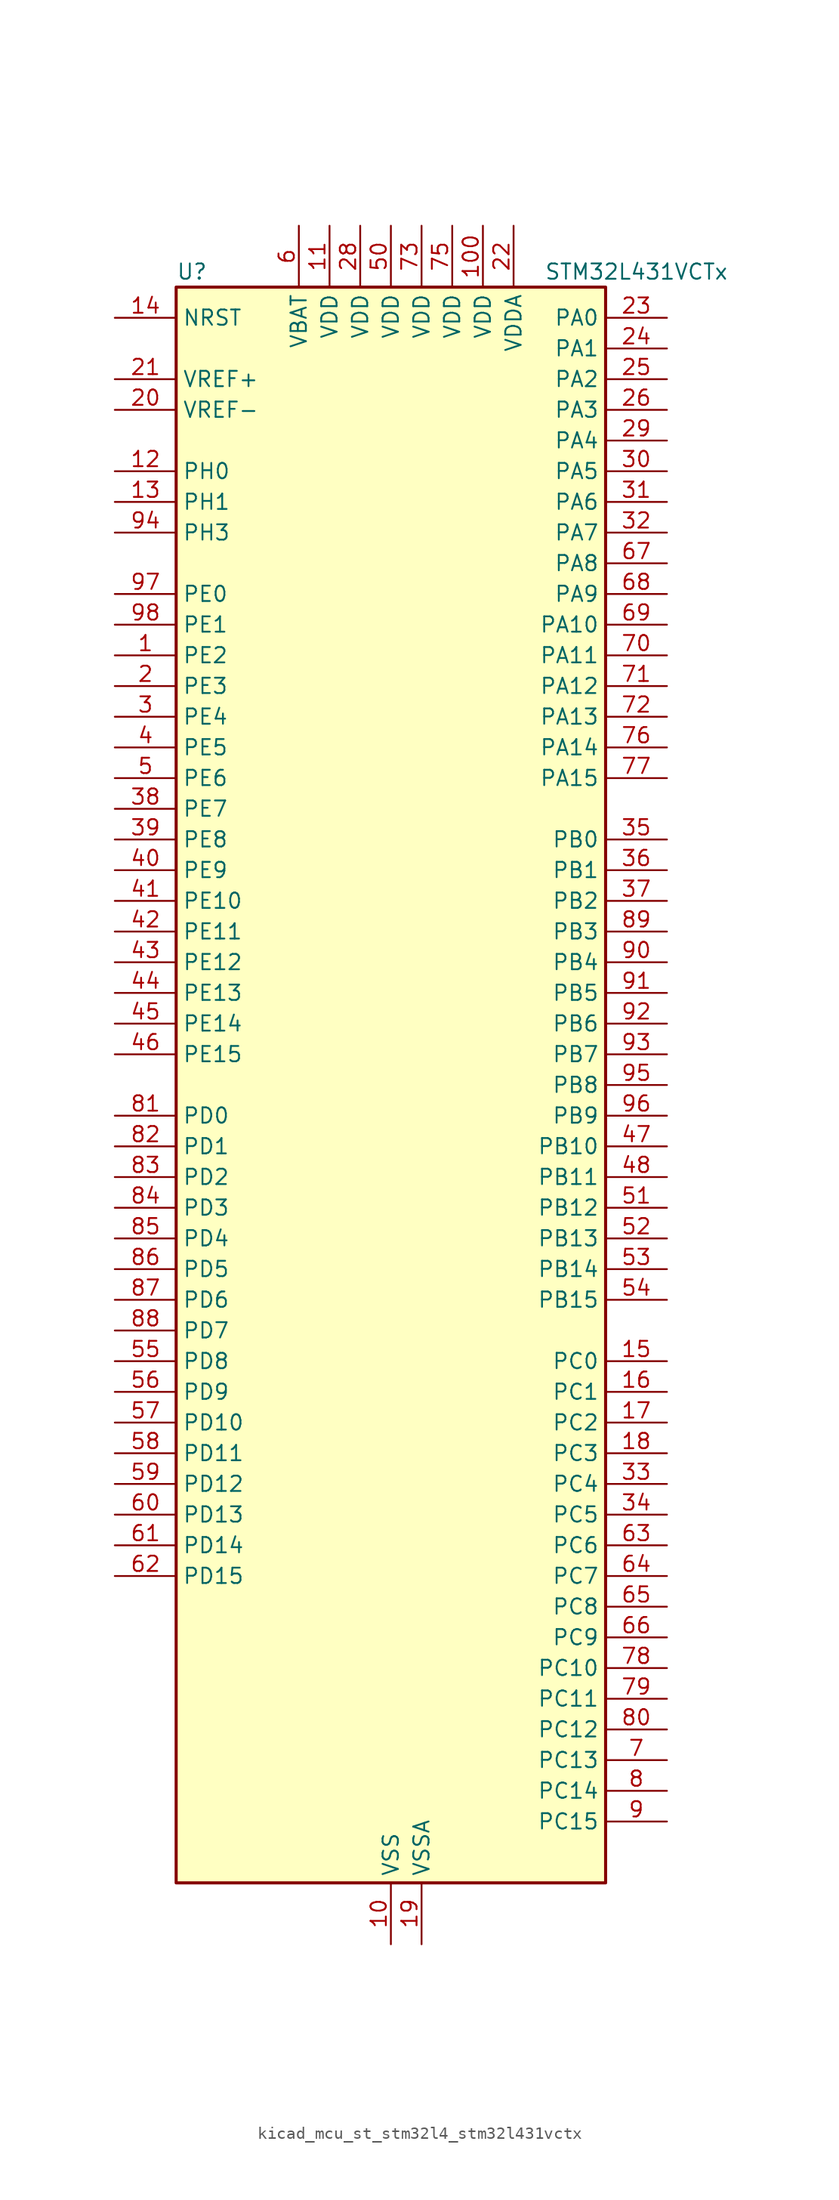
<source format=kicad_sym>
(kicad_symbol_lib
  (version 20220914)
  (generator kicad_symbol_editor)
  (symbol "kicad_mcu_st_stm32l4_stm32l431vctx"
    (property "Reference" "U"
      (at -17.78 67.31 0)
      (effects (font (size 1.27 1.27)) (justify left)))
    (property "Value" "STM32L431VCTx"
      (at 12.7 67.31 0)
      (effects (font (size 1.27 1.27)) (justify left)))
    (property "ki_locked" ""
      (at 0 0 0)
      (effects (font (size 1.27 1.27))))
    (symbol "kicad_mcu_st_stm32l4_stm32l431vctx_0_1"
      (rectangle (start -17.78 -66.04) (end 17.78 66.04) (stroke (width 0.254) (type default)) (fill (type background))))
    (symbol "kicad_mcu_st_stm32l4_stm32l431vctx_1_1"
      (pin bidirectional line (at -22.86 35.56 0) (length 5.08) (name "PE2" (effects (font (size 1.27 1.27)))) (number "1" (effects (font (size 1.27 1.27)))) (alternate "SAI1_MCLK_A" bidirectional line) (alternate "SYS_TRACECLK" bidirectional line) (alternate "TSC_G7_IO1" bidirectional line))
      (pin power_in line (at 0 -71.12 90) (length 5.08) (name "VSS" (effects (font (size 1.27 1.27)))) (number "10" (effects (font (size 1.27 1.27)))))
      (pin power_in line (at 7.62 71.12 270) (length 5.08) (name "VDD" (effects (font (size 1.27 1.27)))) (number "100" (effects (font (size 1.27 1.27)))))
      (pin power_in line (at -5.08 71.12 270) (length 5.08) (name "VDD" (effects (font (size 1.27 1.27)))) (number "11" (effects (font (size 1.27 1.27)))))
      (pin bidirectional line (at -22.86 50.8 0) (length 5.08) (name "PH0" (effects (font (size 1.27 1.27)))) (number "12" (effects (font (size 1.27 1.27)))) (alternate "RCC_OSC_IN" bidirectional line))
      (pin bidirectional line (at -22.86 48.26 0) (length 5.08) (name "PH1" (effects (font (size 1.27 1.27)))) (number "13" (effects (font (size 1.27 1.27)))) (alternate "RCC_OSC_OUT" bidirectional line))
      (pin input line (at -22.86 63.5 0) (length 5.08) (name "NRST" (effects (font (size 1.27 1.27)))) (number "14" (effects (font (size 1.27 1.27)))))
      (pin bidirectional line (at 22.86 -22.86 180) (length 5.08) (name "PC0" (effects (font (size 1.27 1.27)))) (number "15" (effects (font (size 1.27 1.27)))) (alternate "ADC1_IN1" bidirectional line) (alternate "I2C3_SCL" bidirectional line) (alternate "LPTIM1_IN1" bidirectional line) (alternate "LPTIM2_IN1" bidirectional line) (alternate "LPUART1_RX" bidirectional line))
      (pin bidirectional line (at 22.86 -25.4 180) (length 5.08) (name "PC1" (effects (font (size 1.27 1.27)))) (number "16" (effects (font (size 1.27 1.27)))) (alternate "ADC1_IN2" bidirectional line) (alternate "I2C3_SDA" bidirectional line) (alternate "LPTIM1_OUT" bidirectional line) (alternate "LPUART1_TX" bidirectional line))
      (pin bidirectional line (at 22.86 -27.94 180) (length 5.08) (name "PC2" (effects (font (size 1.27 1.27)))) (number "17" (effects (font (size 1.27 1.27)))) (alternate "ADC1_IN3" bidirectional line) (alternate "LPTIM1_IN2" bidirectional line) (alternate "SPI2_MISO" bidirectional line))
      (pin bidirectional line (at 22.86 -30.48 180) (length 5.08) (name "PC3" (effects (font (size 1.27 1.27)))) (number "18" (effects (font (size 1.27 1.27)))) (alternate "ADC1_IN4" bidirectional line) (alternate "LPTIM1_ETR" bidirectional line) (alternate "LPTIM2_ETR" bidirectional line) (alternate "SAI1_SD_A" bidirectional line) (alternate "SPI2_MOSI" bidirectional line))
      (pin power_in line (at 2.54 -71.12 90) (length 5.08) (name "VSSA" (effects (font (size 1.27 1.27)))) (number "19" (effects (font (size 1.27 1.27)))))
      (pin bidirectional line (at -22.86 33.02 0) (length 5.08) (name "PE3" (effects (font (size 1.27 1.27)))) (number "2" (effects (font (size 1.27 1.27)))) (alternate "SAI1_SD_B" bidirectional line) (alternate "SYS_TRACED0" bidirectional line) (alternate "TSC_G7_IO2" bidirectional line))
      (pin input line (at -22.86 55.88 0) (length 5.08) (name "VREF-" (effects (font (size 1.27 1.27)))) (number "20" (effects (font (size 1.27 1.27)))))
      (pin input line (at -22.86 58.42 0) (length 5.08) (name "VREF+" (effects (font (size 1.27 1.27)))) (number "21" (effects (font (size 1.27 1.27)))) (alternate "VREFBUF_OUT" bidirectional line))
      (pin power_in line (at 10.16 71.12 270) (length 5.08) (name "VDDA" (effects (font (size 1.27 1.27)))) (number "22" (effects (font (size 1.27 1.27)))))
      (pin bidirectional line (at 22.86 63.5 180) (length 5.08) (name "PA0" (effects (font (size 1.27 1.27)))) (number "23" (effects (font (size 1.27 1.27)))) (alternate "ADC1_IN5" bidirectional line) (alternate "COMP1_INM" bidirectional line) (alternate "COMP1_OUT" bidirectional line) (alternate "OPAMP1_VINP" bidirectional line) (alternate "RTC_TAMP2" bidirectional line) (alternate "SAI1_EXTCLK" bidirectional line) (alternate "SYS_WKUP1" bidirectional line) (alternate "TIM2_CH1" bidirectional line) (alternate "TIM2_ETR" bidirectional line) (alternate "USART2_CTS" bidirectional line))
      (pin bidirectional line (at 22.86 60.96 180) (length 5.08) (name "PA1" (effects (font (size 1.27 1.27)))) (number "24" (effects (font (size 1.27 1.27)))) (alternate "ADC1_IN6" bidirectional line) (alternate "COMP1_INP" bidirectional line) (alternate "I2C1_SMBA" bidirectional line) (alternate "OPAMP1_VINM" bidirectional line) (alternate "SPI1_SCK" bidirectional line) (alternate "TIM15_CH1N" bidirectional line) (alternate "TIM2_CH2" bidirectional line) (alternate "USART2_DE" bidirectional line) (alternate "USART2_RTS" bidirectional line))
      (pin bidirectional line (at 22.86 58.42 180) (length 5.08) (name "PA2" (effects (font (size 1.27 1.27)))) (number "25" (effects (font (size 1.27 1.27)))) (alternate "ADC1_IN7" bidirectional line) (alternate "COMP2_INM" bidirectional line) (alternate "COMP2_OUT" bidirectional line) (alternate "LPUART1_TX" bidirectional line) (alternate "QUADSPI_BK1_NCS" bidirectional line) (alternate "RCC_LSCO" bidirectional line) (alternate "SYS_WKUP4" bidirectional line) (alternate "TIM15_CH1" bidirectional line) (alternate "TIM2_CH3" bidirectional line) (alternate "USART2_TX" bidirectional line))
      (pin bidirectional line (at 22.86 55.88 180) (length 5.08) (name "PA3" (effects (font (size 1.27 1.27)))) (number "26" (effects (font (size 1.27 1.27)))) (alternate "ADC1_IN8" bidirectional line) (alternate "COMP2_INP" bidirectional line) (alternate "LPUART1_RX" bidirectional line) (alternate "OPAMP1_VOUT" bidirectional line) (alternate "QUADSPI_CLK" bidirectional line) (alternate "SAI1_MCLK_A" bidirectional line) (alternate "TIM15_CH2" bidirectional line) (alternate "TIM2_CH4" bidirectional line) (alternate "USART2_RX" bidirectional line))
      (pin passive line (at 0 -71.12 90) (length 5.08) hide (name "VSS" (effects (font (size 1.27 1.27)))) (number "27" (effects (font (size 1.27 1.27)))))
      (pin power_in line (at -2.54 71.12 270) (length 5.08) (name "VDD" (effects (font (size 1.27 1.27)))) (number "28" (effects (font (size 1.27 1.27)))))
      (pin bidirectional line (at 22.86 53.34 180) (length 5.08) (name "PA4" (effects (font (size 1.27 1.27)))) (number "29" (effects (font (size 1.27 1.27)))) (alternate "ADC1_IN9" bidirectional line) (alternate "COMP1_INM" bidirectional line) (alternate "COMP2_INM" bidirectional line) (alternate "DAC1_OUT1" bidirectional line) (alternate "LPTIM2_OUT" bidirectional line) (alternate "SAI1_FS_B" bidirectional line) (alternate "SPI1_NSS" bidirectional line) (alternate "SPI3_NSS" bidirectional line) (alternate "USART2_CK" bidirectional line))
      (pin bidirectional line (at -22.86 30.48 0) (length 5.08) (name "PE4" (effects (font (size 1.27 1.27)))) (number "3" (effects (font (size 1.27 1.27)))) (alternate "SAI1_FS_A" bidirectional line) (alternate "SYS_TRACED1" bidirectional line) (alternate "TSC_G7_IO3" bidirectional line))
      (pin bidirectional line (at 22.86 50.8 180) (length 5.08) (name "PA5" (effects (font (size 1.27 1.27)))) (number "30" (effects (font (size 1.27 1.27)))) (alternate "ADC1_IN10" bidirectional line) (alternate "COMP1_INM" bidirectional line) (alternate "COMP2_INM" bidirectional line) (alternate "DAC1_OUT2" bidirectional line) (alternate "LPTIM2_ETR" bidirectional line) (alternate "SPI1_SCK" bidirectional line) (alternate "TIM2_CH1" bidirectional line) (alternate "TIM2_ETR" bidirectional line))
      (pin bidirectional line (at 22.86 48.26 180) (length 5.08) (name "PA6" (effects (font (size 1.27 1.27)))) (number "31" (effects (font (size 1.27 1.27)))) (alternate "ADC1_IN11" bidirectional line) (alternate "COMP1_OUT" bidirectional line) (alternate "LPUART1_CTS" bidirectional line) (alternate "QUADSPI_BK1_IO3" bidirectional line) (alternate "SPI1_MISO" bidirectional line) (alternate "TIM16_CH1" bidirectional line) (alternate "TIM1_BKIN" bidirectional line) (alternate "TIM1_BKIN_COMP2" bidirectional line) (alternate "USART3_CTS" bidirectional line))
      (pin bidirectional line (at 22.86 45.72 180) (length 5.08) (name "PA7" (effects (font (size 1.27 1.27)))) (number "32" (effects (font (size 1.27 1.27)))) (alternate "ADC1_IN12" bidirectional line) (alternate "COMP2_OUT" bidirectional line) (alternate "I2C3_SCL" bidirectional line) (alternate "QUADSPI_BK1_IO2" bidirectional line) (alternate "SPI1_MOSI" bidirectional line) (alternate "TIM1_CH1N" bidirectional line))
      (pin bidirectional line (at 22.86 -33.02 180) (length 5.08) (name "PC4" (effects (font (size 1.27 1.27)))) (number "33" (effects (font (size 1.27 1.27)))) (alternate "ADC1_IN13" bidirectional line) (alternate "COMP1_INM" bidirectional line) (alternate "USART3_TX" bidirectional line))
      (pin bidirectional line (at 22.86 -35.56 180) (length 5.08) (name "PC5" (effects (font (size 1.27 1.27)))) (number "34" (effects (font (size 1.27 1.27)))) (alternate "ADC1_IN14" bidirectional line) (alternate "COMP1_INP" bidirectional line) (alternate "SYS_WKUP5" bidirectional line) (alternate "USART3_RX" bidirectional line))
      (pin bidirectional line (at 22.86 20.32 180) (length 5.08) (name "PB0" (effects (font (size 1.27 1.27)))) (number "35" (effects (font (size 1.27 1.27)))) (alternate "ADC1_IN15" bidirectional line) (alternate "COMP1_OUT" bidirectional line) (alternate "QUADSPI_BK1_IO1" bidirectional line) (alternate "SAI1_EXTCLK" bidirectional line) (alternate "SPI1_NSS" bidirectional line) (alternate "TIM1_CH2N" bidirectional line) (alternate "USART3_CK" bidirectional line))
      (pin bidirectional line (at 22.86 17.78 180) (length 5.08) (name "PB1" (effects (font (size 1.27 1.27)))) (number "36" (effects (font (size 1.27 1.27)))) (alternate "ADC1_IN16" bidirectional line) (alternate "COMP1_INM" bidirectional line) (alternate "LPTIM2_IN1" bidirectional line) (alternate "LPUART1_DE" bidirectional line) (alternate "LPUART1_RTS" bidirectional line) (alternate "QUADSPI_BK1_IO0" bidirectional line) (alternate "TIM1_CH3N" bidirectional line) (alternate "USART3_DE" bidirectional line) (alternate "USART3_RTS" bidirectional line))
      (pin bidirectional line (at 22.86 15.24 180) (length 5.08) (name "PB2" (effects (font (size 1.27 1.27)))) (number "37" (effects (font (size 1.27 1.27)))) (alternate "COMP1_INP" bidirectional line) (alternate "I2C3_SMBA" bidirectional line) (alternate "LPTIM1_OUT" bidirectional line) (alternate "RTC_OUT_ALARM" bidirectional line) (alternate "RTC_OUT_CALIB" bidirectional line))
      (pin bidirectional line (at -22.86 22.86 0) (length 5.08) (name "PE7" (effects (font (size 1.27 1.27)))) (number "38" (effects (font (size 1.27 1.27)))) (alternate "SAI1_SD_B" bidirectional line) (alternate "TIM1_ETR" bidirectional line))
      (pin bidirectional line (at -22.86 20.32 0) (length 5.08) (name "PE8" (effects (font (size 1.27 1.27)))) (number "39" (effects (font (size 1.27 1.27)))) (alternate "SAI1_SCK_B" bidirectional line) (alternate "TIM1_CH1N" bidirectional line))
      (pin bidirectional line (at -22.86 27.94 0) (length 5.08) (name "PE5" (effects (font (size 1.27 1.27)))) (number "4" (effects (font (size 1.27 1.27)))) (alternate "SAI1_SCK_A" bidirectional line) (alternate "SYS_TRACED2" bidirectional line) (alternate "TSC_G7_IO4" bidirectional line))
      (pin bidirectional line (at -22.86 17.78 0) (length 5.08) (name "PE9" (effects (font (size 1.27 1.27)))) (number "40" (effects (font (size 1.27 1.27)))) (alternate "DAC1_EXTI9" bidirectional line) (alternate "SAI1_FS_B" bidirectional line) (alternate "TIM1_CH1" bidirectional line))
      (pin bidirectional line (at -22.86 15.24 0) (length 5.08) (name "PE10" (effects (font (size 1.27 1.27)))) (number "41" (effects (font (size 1.27 1.27)))) (alternate "QUADSPI_CLK" bidirectional line) (alternate "SAI1_MCLK_B" bidirectional line) (alternate "TIM1_CH2N" bidirectional line) (alternate "TSC_G5_IO1" bidirectional line))
      (pin bidirectional line (at -22.86 12.7 0) (length 5.08) (name "PE11" (effects (font (size 1.27 1.27)))) (number "42" (effects (font (size 1.27 1.27)))) (alternate "ADC1_EXTI11" bidirectional line) (alternate "QUADSPI_BK1_NCS" bidirectional line) (alternate "TIM1_CH2" bidirectional line) (alternate "TSC_G5_IO2" bidirectional line))
      (pin bidirectional line (at -22.86 10.16 0) (length 5.08) (name "PE12" (effects (font (size 1.27 1.27)))) (number "43" (effects (font (size 1.27 1.27)))) (alternate "QUADSPI_BK1_IO0" bidirectional line) (alternate "SPI1_NSS" bidirectional line) (alternate "TIM1_CH3N" bidirectional line) (alternate "TSC_G5_IO3" bidirectional line))
      (pin bidirectional line (at -22.86 7.62 0) (length 5.08) (name "PE13" (effects (font (size 1.27 1.27)))) (number "44" (effects (font (size 1.27 1.27)))) (alternate "QUADSPI_BK1_IO1" bidirectional line) (alternate "SPI1_SCK" bidirectional line) (alternate "TIM1_CH3" bidirectional line) (alternate "TSC_G5_IO4" bidirectional line))
      (pin bidirectional line (at -22.86 5.08 0) (length 5.08) (name "PE14" (effects (font (size 1.27 1.27)))) (number "45" (effects (font (size 1.27 1.27)))) (alternate "QUADSPI_BK1_IO2" bidirectional line) (alternate "SPI1_MISO" bidirectional line) (alternate "TIM1_BKIN2" bidirectional line) (alternate "TIM1_BKIN2_COMP2" bidirectional line) (alternate "TIM1_CH4" bidirectional line))
      (pin bidirectional line (at -22.86 2.54 0) (length 5.08) (name "PE15" (effects (font (size 1.27 1.27)))) (number "46" (effects (font (size 1.27 1.27)))) (alternate "ADC1_EXTI15" bidirectional line) (alternate "QUADSPI_BK1_IO3" bidirectional line) (alternate "SPI1_MOSI" bidirectional line) (alternate "TIM1_BKIN" bidirectional line) (alternate "TIM1_BKIN_COMP1" bidirectional line))
      (pin bidirectional line (at 22.86 -5.08 180) (length 5.08) (name "PB10" (effects (font (size 1.27 1.27)))) (number "47" (effects (font (size 1.27 1.27)))) (alternate "COMP1_OUT" bidirectional line) (alternate "I2C2_SCL" bidirectional line) (alternate "LPUART1_RX" bidirectional line) (alternate "QUADSPI_CLK" bidirectional line) (alternate "SAI1_SCK_A" bidirectional line) (alternate "SPI2_SCK" bidirectional line) (alternate "TIM2_CH3" bidirectional line) (alternate "TSC_SYNC" bidirectional line) (alternate "USART3_TX" bidirectional line))
      (pin bidirectional line (at 22.86 -7.62 180) (length 5.08) (name "PB11" (effects (font (size 1.27 1.27)))) (number "48" (effects (font (size 1.27 1.27)))) (alternate "ADC1_EXTI11" bidirectional line) (alternate "COMP2_OUT" bidirectional line) (alternate "I2C2_SDA" bidirectional line) (alternate "LPUART1_TX" bidirectional line) (alternate "QUADSPI_BK1_NCS" bidirectional line) (alternate "TIM2_CH4" bidirectional line) (alternate "USART3_RX" bidirectional line))
      (pin passive line (at 0 -71.12 90) (length 5.08) hide (name "VSS" (effects (font (size 1.27 1.27)))) (number "49" (effects (font (size 1.27 1.27)))))
      (pin bidirectional line (at -22.86 25.4 0) (length 5.08) (name "PE6" (effects (font (size 1.27 1.27)))) (number "5" (effects (font (size 1.27 1.27)))) (alternate "RTC_TAMP3" bidirectional line) (alternate "SAI1_SD_A" bidirectional line) (alternate "SYS_TRACED3" bidirectional line) (alternate "SYS_WKUP3" bidirectional line))
      (pin power_in line (at 0 71.12 270) (length 5.08) (name "VDD" (effects (font (size 1.27 1.27)))) (number "50" (effects (font (size 1.27 1.27)))))
      (pin bidirectional line (at 22.86 -10.16 180) (length 5.08) (name "PB12" (effects (font (size 1.27 1.27)))) (number "51" (effects (font (size 1.27 1.27)))) (alternate "I2C2_SMBA" bidirectional line) (alternate "LPUART1_DE" bidirectional line) (alternate "LPUART1_RTS" bidirectional line) (alternate "SAI1_FS_A" bidirectional line) (alternate "SPI2_NSS" bidirectional line) (alternate "SWPMI1_IO" bidirectional line) (alternate "TIM15_BKIN" bidirectional line) (alternate "TIM1_BKIN" bidirectional line) (alternate "TIM1_BKIN_COMP2" bidirectional line) (alternate "TSC_G1_IO1" bidirectional line) (alternate "USART3_CK" bidirectional line))
      (pin bidirectional line (at 22.86 -12.7 180) (length 5.08) (name "PB13" (effects (font (size 1.27 1.27)))) (number "52" (effects (font (size 1.27 1.27)))) (alternate "I2C2_SCL" bidirectional line) (alternate "LPUART1_CTS" bidirectional line) (alternate "SAI1_SCK_A" bidirectional line) (alternate "SPI2_SCK" bidirectional line) (alternate "SWPMI1_TX" bidirectional line) (alternate "TIM15_CH1N" bidirectional line) (alternate "TIM1_CH1N" bidirectional line) (alternate "TSC_G1_IO2" bidirectional line) (alternate "USART3_CTS" bidirectional line))
      (pin bidirectional line (at 22.86 -15.24 180) (length 5.08) (name "PB14" (effects (font (size 1.27 1.27)))) (number "53" (effects (font (size 1.27 1.27)))) (alternate "I2C2_SDA" bidirectional line) (alternate "SAI1_MCLK_A" bidirectional line) (alternate "SPI2_MISO" bidirectional line) (alternate "SWPMI1_RX" bidirectional line) (alternate "TIM15_CH1" bidirectional line) (alternate "TIM1_CH2N" bidirectional line) (alternate "TSC_G1_IO3" bidirectional line) (alternate "USART3_DE" bidirectional line) (alternate "USART3_RTS" bidirectional line))
      (pin bidirectional line (at 22.86 -17.78 180) (length 5.08) (name "PB15" (effects (font (size 1.27 1.27)))) (number "54" (effects (font (size 1.27 1.27)))) (alternate "ADC1_EXTI15" bidirectional line) (alternate "RTC_REFIN" bidirectional line) (alternate "SAI1_SD_A" bidirectional line) (alternate "SPI2_MOSI" bidirectional line) (alternate "SWPMI1_SUSPEND" bidirectional line) (alternate "TIM15_CH2" bidirectional line) (alternate "TIM1_CH3N" bidirectional line) (alternate "TSC_G1_IO4" bidirectional line))
      (pin bidirectional line (at -22.86 -22.86 0) (length 5.08) (name "PD8" (effects (font (size 1.27 1.27)))) (number "55" (effects (font (size 1.27 1.27)))) (alternate "USART3_TX" bidirectional line))
      (pin bidirectional line (at -22.86 -25.4 0) (length 5.08) (name "PD9" (effects (font (size 1.27 1.27)))) (number "56" (effects (font (size 1.27 1.27)))) (alternate "DAC1_EXTI9" bidirectional line) (alternate "USART3_RX" bidirectional line))
      (pin bidirectional line (at -22.86 -27.94 0) (length 5.08) (name "PD10" (effects (font (size 1.27 1.27)))) (number "57" (effects (font (size 1.27 1.27)))) (alternate "TSC_G6_IO1" bidirectional line) (alternate "USART3_CK" bidirectional line))
      (pin bidirectional line (at -22.86 -30.48 0) (length 5.08) (name "PD11" (effects (font (size 1.27 1.27)))) (number "58" (effects (font (size 1.27 1.27)))) (alternate "ADC1_EXTI11" bidirectional line) (alternate "LPTIM2_ETR" bidirectional line) (alternate "TSC_G6_IO2" bidirectional line) (alternate "USART3_CTS" bidirectional line))
      (pin bidirectional line (at -22.86 -33.02 0) (length 5.08) (name "PD12" (effects (font (size 1.27 1.27)))) (number "59" (effects (font (size 1.27 1.27)))) (alternate "LPTIM2_IN1" bidirectional line) (alternate "TSC_G6_IO3" bidirectional line) (alternate "USART3_DE" bidirectional line) (alternate "USART3_RTS" bidirectional line))
      (pin power_in line (at -7.62 71.12 270) (length 5.08) (name "VBAT" (effects (font (size 1.27 1.27)))) (number "6" (effects (font (size 1.27 1.27)))))
      (pin bidirectional line (at -22.86 -35.56 0) (length 5.08) (name "PD13" (effects (font (size 1.27 1.27)))) (number "60" (effects (font (size 1.27 1.27)))) (alternate "LPTIM2_OUT" bidirectional line) (alternate "TSC_G6_IO4" bidirectional line))
      (pin bidirectional line (at -22.86 -38.1 0) (length 5.08) (name "PD14" (effects (font (size 1.27 1.27)))) (number "61" (effects (font (size 1.27 1.27)))))
      (pin bidirectional line (at -22.86 -40.64 0) (length 5.08) (name "PD15" (effects (font (size 1.27 1.27)))) (number "62" (effects (font (size 1.27 1.27)))) (alternate "ADC1_EXTI15" bidirectional line))
      (pin bidirectional line (at 22.86 -38.1 180) (length 5.08) (name "PC6" (effects (font (size 1.27 1.27)))) (number "63" (effects (font (size 1.27 1.27)))) (alternate "SDMMC1_D6" bidirectional line) (alternate "TSC_G4_IO1" bidirectional line))
      (pin bidirectional line (at 22.86 -40.64 180) (length 5.08) (name "PC7" (effects (font (size 1.27 1.27)))) (number "64" (effects (font (size 1.27 1.27)))) (alternate "SDMMC1_D7" bidirectional line) (alternate "TSC_G4_IO2" bidirectional line))
      (pin bidirectional line (at 22.86 -43.18 180) (length 5.08) (name "PC8" (effects (font (size 1.27 1.27)))) (number "65" (effects (font (size 1.27 1.27)))) (alternate "SDMMC1_D0" bidirectional line) (alternate "TSC_G4_IO3" bidirectional line))
      (pin bidirectional line (at 22.86 -45.72 180) (length 5.08) (name "PC9" (effects (font (size 1.27 1.27)))) (number "66" (effects (font (size 1.27 1.27)))) (alternate "DAC1_EXTI9" bidirectional line) (alternate "SDMMC1_D1" bidirectional line) (alternate "TSC_G4_IO4" bidirectional line))
      (pin bidirectional line (at 22.86 43.18 180) (length 5.08) (name "PA8" (effects (font (size 1.27 1.27)))) (number "67" (effects (font (size 1.27 1.27)))) (alternate "LPTIM2_OUT" bidirectional line) (alternate "RCC_MCO" bidirectional line) (alternate "SAI1_SCK_A" bidirectional line) (alternate "SWPMI1_IO" bidirectional line) (alternate "TIM1_CH1" bidirectional line) (alternate "USART1_CK" bidirectional line))
      (pin bidirectional line (at 22.86 40.64 180) (length 5.08) (name "PA9" (effects (font (size 1.27 1.27)))) (number "68" (effects (font (size 1.27 1.27)))) (alternate "DAC1_EXTI9" bidirectional line) (alternate "I2C1_SCL" bidirectional line) (alternate "SAI1_FS_A" bidirectional line) (alternate "TIM15_BKIN" bidirectional line) (alternate "TIM1_CH2" bidirectional line) (alternate "USART1_TX" bidirectional line))
      (pin bidirectional line (at 22.86 38.1 180) (length 5.08) (name "PA10" (effects (font (size 1.27 1.27)))) (number "69" (effects (font (size 1.27 1.27)))) (alternate "I2C1_SDA" bidirectional line) (alternate "SAI1_SD_A" bidirectional line) (alternate "TIM1_CH3" bidirectional line) (alternate "USART1_RX" bidirectional line))
      (pin bidirectional line (at 22.86 -55.88 180) (length 5.08) (name "PC13" (effects (font (size 1.27 1.27)))) (number "7" (effects (font (size 1.27 1.27)))) (alternate "RTC_OUT_ALARM" bidirectional line) (alternate "RTC_OUT_CALIB" bidirectional line) (alternate "RTC_TAMP1" bidirectional line) (alternate "RTC_TS" bidirectional line) (alternate "SYS_WKUP2" bidirectional line))
      (pin bidirectional line (at 22.86 35.56 180) (length 5.08) (name "PA11" (effects (font (size 1.27 1.27)))) (number "70" (effects (font (size 1.27 1.27)))) (alternate "ADC1_EXTI11" bidirectional line) (alternate "CAN1_RX" bidirectional line) (alternate "COMP1_OUT" bidirectional line) (alternate "SPI1_MISO" bidirectional line) (alternate "TIM1_BKIN2" bidirectional line) (alternate "TIM1_BKIN2_COMP1" bidirectional line) (alternate "TIM1_CH4" bidirectional line) (alternate "USART1_CTS" bidirectional line))
      (pin bidirectional line (at 22.86 33.02 180) (length 5.08) (name "PA12" (effects (font (size 1.27 1.27)))) (number "71" (effects (font (size 1.27 1.27)))) (alternate "CAN1_TX" bidirectional line) (alternate "SPI1_MOSI" bidirectional line) (alternate "TIM1_ETR" bidirectional line) (alternate "USART1_DE" bidirectional line) (alternate "USART1_RTS" bidirectional line))
      (pin bidirectional line (at 22.86 30.48 180) (length 5.08) (name "PA13" (effects (font (size 1.27 1.27)))) (number "72" (effects (font (size 1.27 1.27)))) (alternate "IR_OUT" bidirectional line) (alternate "SAI1_SD_B" bidirectional line) (alternate "SWPMI1_TX" bidirectional line) (alternate "SYS_JTMS-SWDIO" bidirectional line))
      (pin power_in line (at 2.54 71.12 270) (length 5.08) (name "VDD" (effects (font (size 1.27 1.27)))) (number "73" (effects (font (size 1.27 1.27)))))
      (pin passive line (at 0 -71.12 90) (length 5.08) hide (name "VSS" (effects (font (size 1.27 1.27)))) (number "74" (effects (font (size 1.27 1.27)))))
      (pin power_in line (at 5.08 71.12 270) (length 5.08) (name "VDD" (effects (font (size 1.27 1.27)))) (number "75" (effects (font (size 1.27 1.27)))))
      (pin bidirectional line (at 22.86 27.94 180) (length 5.08) (name "PA14" (effects (font (size 1.27 1.27)))) (number "76" (effects (font (size 1.27 1.27)))) (alternate "I2C1_SMBA" bidirectional line) (alternate "LPTIM1_OUT" bidirectional line) (alternate "SAI1_FS_B" bidirectional line) (alternate "SWPMI1_RX" bidirectional line) (alternate "SYS_JTCK-SWCLK" bidirectional line))
      (pin bidirectional line (at 22.86 25.4 180) (length 5.08) (name "PA15" (effects (font (size 1.27 1.27)))) (number "77" (effects (font (size 1.27 1.27)))) (alternate "ADC1_EXTI15" bidirectional line) (alternate "SPI1_NSS" bidirectional line) (alternate "SPI3_NSS" bidirectional line) (alternate "SWPMI1_SUSPEND" bidirectional line) (alternate "SYS_JTDI" bidirectional line) (alternate "TIM2_CH1" bidirectional line) (alternate "TIM2_ETR" bidirectional line) (alternate "TSC_G3_IO1" bidirectional line) (alternate "USART2_RX" bidirectional line) (alternate "USART3_DE" bidirectional line) (alternate "USART3_RTS" bidirectional line))
      (pin bidirectional line (at 22.86 -48.26 180) (length 5.08) (name "PC10" (effects (font (size 1.27 1.27)))) (number "78" (effects (font (size 1.27 1.27)))) (alternate "SDMMC1_D2" bidirectional line) (alternate "SPI3_SCK" bidirectional line) (alternate "TSC_G3_IO2" bidirectional line) (alternate "USART3_TX" bidirectional line))
      (pin bidirectional line (at 22.86 -50.8 180) (length 5.08) (name "PC11" (effects (font (size 1.27 1.27)))) (number "79" (effects (font (size 1.27 1.27)))) (alternate "ADC1_EXTI11" bidirectional line) (alternate "SDMMC1_D3" bidirectional line) (alternate "SPI3_MISO" bidirectional line) (alternate "TSC_G3_IO3" bidirectional line) (alternate "USART3_RX" bidirectional line))
      (pin bidirectional line (at 22.86 -58.42 180) (length 5.08) (name "PC14" (effects (font (size 1.27 1.27)))) (number "8" (effects (font (size 1.27 1.27)))) (alternate "RCC_OSC32_IN" bidirectional line))
      (pin bidirectional line (at 22.86 -53.34 180) (length 5.08) (name "PC12" (effects (font (size 1.27 1.27)))) (number "80" (effects (font (size 1.27 1.27)))) (alternate "SDMMC1_CK" bidirectional line) (alternate "SPI3_MOSI" bidirectional line) (alternate "TSC_G3_IO4" bidirectional line) (alternate "USART3_CK" bidirectional line))
      (pin bidirectional line (at -22.86 -2.54 0) (length 5.08) (name "PD0" (effects (font (size 1.27 1.27)))) (number "81" (effects (font (size 1.27 1.27)))) (alternate "CAN1_RX" bidirectional line) (alternate "SPI2_NSS" bidirectional line))
      (pin bidirectional line (at -22.86 -5.08 0) (length 5.08) (name "PD1" (effects (font (size 1.27 1.27)))) (number "82" (effects (font (size 1.27 1.27)))) (alternate "CAN1_TX" bidirectional line) (alternate "SPI2_SCK" bidirectional line))
      (pin bidirectional line (at -22.86 -7.62 0) (length 5.08) (name "PD2" (effects (font (size 1.27 1.27)))) (number "83" (effects (font (size 1.27 1.27)))) (alternate "SDMMC1_CMD" bidirectional line) (alternate "TSC_SYNC" bidirectional line) (alternate "USART3_DE" bidirectional line) (alternate "USART3_RTS" bidirectional line))
      (pin bidirectional line (at -22.86 -10.16 0) (length 5.08) (name "PD3" (effects (font (size 1.27 1.27)))) (number "84" (effects (font (size 1.27 1.27)))) (alternate "QUADSPI_BK2_NCS" bidirectional line) (alternate "SPI2_MISO" bidirectional line) (alternate "USART2_CTS" bidirectional line))
      (pin bidirectional line (at -22.86 -12.7 0) (length 5.08) (name "PD4" (effects (font (size 1.27 1.27)))) (number "85" (effects (font (size 1.27 1.27)))) (alternate "QUADSPI_BK2_IO0" bidirectional line) (alternate "SPI2_MOSI" bidirectional line) (alternate "USART2_DE" bidirectional line) (alternate "USART2_RTS" bidirectional line))
      (pin bidirectional line (at -22.86 -15.24 0) (length 5.08) (name "PD5" (effects (font (size 1.27 1.27)))) (number "86" (effects (font (size 1.27 1.27)))) (alternate "QUADSPI_BK2_IO1" bidirectional line) (alternate "USART2_TX" bidirectional line))
      (pin bidirectional line (at -22.86 -17.78 0) (length 5.08) (name "PD6" (effects (font (size 1.27 1.27)))) (number "87" (effects (font (size 1.27 1.27)))) (alternate "QUADSPI_BK2_IO2" bidirectional line) (alternate "SAI1_SD_A" bidirectional line) (alternate "USART2_RX" bidirectional line))
      (pin bidirectional line (at -22.86 -20.32 0) (length 5.08) (name "PD7" (effects (font (size 1.27 1.27)))) (number "88" (effects (font (size 1.27 1.27)))) (alternate "QUADSPI_BK2_IO3" bidirectional line) (alternate "USART2_CK" bidirectional line))
      (pin bidirectional line (at 22.86 12.7 180) (length 5.08) (name "PB3" (effects (font (size 1.27 1.27)))) (number "89" (effects (font (size 1.27 1.27)))) (alternate "COMP2_INM" bidirectional line) (alternate "SAI1_SCK_B" bidirectional line) (alternate "SPI1_SCK" bidirectional line) (alternate "SPI3_SCK" bidirectional line) (alternate "SYS_JTDO-SWO" bidirectional line) (alternate "TIM2_CH2" bidirectional line) (alternate "USART1_DE" bidirectional line) (alternate "USART1_RTS" bidirectional line))
      (pin bidirectional line (at 22.86 -60.96 180) (length 5.08) (name "PC15" (effects (font (size 1.27 1.27)))) (number "9" (effects (font (size 1.27 1.27)))) (alternate "ADC1_EXTI15" bidirectional line) (alternate "RCC_OSC32_OUT" bidirectional line))
      (pin bidirectional line (at 22.86 10.16 180) (length 5.08) (name "PB4" (effects (font (size 1.27 1.27)))) (number "90" (effects (font (size 1.27 1.27)))) (alternate "COMP2_INP" bidirectional line) (alternate "I2C3_SDA" bidirectional line) (alternate "SAI1_MCLK_B" bidirectional line) (alternate "SPI1_MISO" bidirectional line) (alternate "SPI3_MISO" bidirectional line) (alternate "SYS_JTRST" bidirectional line) (alternate "TSC_G2_IO1" bidirectional line) (alternate "USART1_CTS" bidirectional line))
      (pin bidirectional line (at 22.86 7.62 180) (length 5.08) (name "PB5" (effects (font (size 1.27 1.27)))) (number "91" (effects (font (size 1.27 1.27)))) (alternate "COMP2_OUT" bidirectional line) (alternate "I2C1_SMBA" bidirectional line) (alternate "LPTIM1_IN1" bidirectional line) (alternate "SAI1_SD_B" bidirectional line) (alternate "SPI1_MOSI" bidirectional line) (alternate "SPI3_MOSI" bidirectional line) (alternate "TIM16_BKIN" bidirectional line) (alternate "TSC_G2_IO2" bidirectional line) (alternate "USART1_CK" bidirectional line))
      (pin bidirectional line (at 22.86 5.08 180) (length 5.08) (name "PB6" (effects (font (size 1.27 1.27)))) (number "92" (effects (font (size 1.27 1.27)))) (alternate "COMP2_INP" bidirectional line) (alternate "I2C1_SCL" bidirectional line) (alternate "LPTIM1_ETR" bidirectional line) (alternate "SAI1_FS_B" bidirectional line) (alternate "TIM16_CH1N" bidirectional line) (alternate "TSC_G2_IO3" bidirectional line) (alternate "USART1_TX" bidirectional line))
      (pin bidirectional line (at 22.86 2.54 180) (length 5.08) (name "PB7" (effects (font (size 1.27 1.27)))) (number "93" (effects (font (size 1.27 1.27)))) (alternate "COMP2_INM" bidirectional line) (alternate "I2C1_SDA" bidirectional line) (alternate "LPTIM1_IN2" bidirectional line) (alternate "SYS_PVD_IN" bidirectional line) (alternate "TSC_G2_IO4" bidirectional line) (alternate "USART1_RX" bidirectional line))
      (pin bidirectional line (at -22.86 45.72 0) (length 5.08) (name "PH3" (effects (font (size 1.27 1.27)))) (number "94" (effects (font (size 1.27 1.27)))))
      (pin bidirectional line (at 22.86 0 180) (length 5.08) (name "PB8" (effects (font (size 1.27 1.27)))) (number "95" (effects (font (size 1.27 1.27)))) (alternate "CAN1_RX" bidirectional line) (alternate "I2C1_SCL" bidirectional line) (alternate "SAI1_MCLK_A" bidirectional line) (alternate "SDMMC1_D4" bidirectional line) (alternate "TIM16_CH1" bidirectional line))
      (pin bidirectional line (at 22.86 -2.54 180) (length 5.08) (name "PB9" (effects (font (size 1.27 1.27)))) (number "96" (effects (font (size 1.27 1.27)))) (alternate "CAN1_TX" bidirectional line) (alternate "DAC1_EXTI9" bidirectional line) (alternate "I2C1_SDA" bidirectional line) (alternate "IR_OUT" bidirectional line) (alternate "SAI1_FS_A" bidirectional line) (alternate "SDMMC1_D5" bidirectional line) (alternate "SPI2_NSS" bidirectional line))
      (pin bidirectional line (at -22.86 40.64 0) (length 5.08) (name "PE0" (effects (font (size 1.27 1.27)))) (number "97" (effects (font (size 1.27 1.27)))) (alternate "TIM16_CH1" bidirectional line))
      (pin bidirectional line (at -22.86 38.1 0) (length 5.08) (name "PE1" (effects (font (size 1.27 1.27)))) (number "98" (effects (font (size 1.27 1.27)))))
      (pin passive line (at 0 -71.12 90) (length 5.08) hide (name "VSS" (effects (font (size 1.27 1.27)))) (number "99" (effects (font (size 1.27 1.27))))))))
</source>
